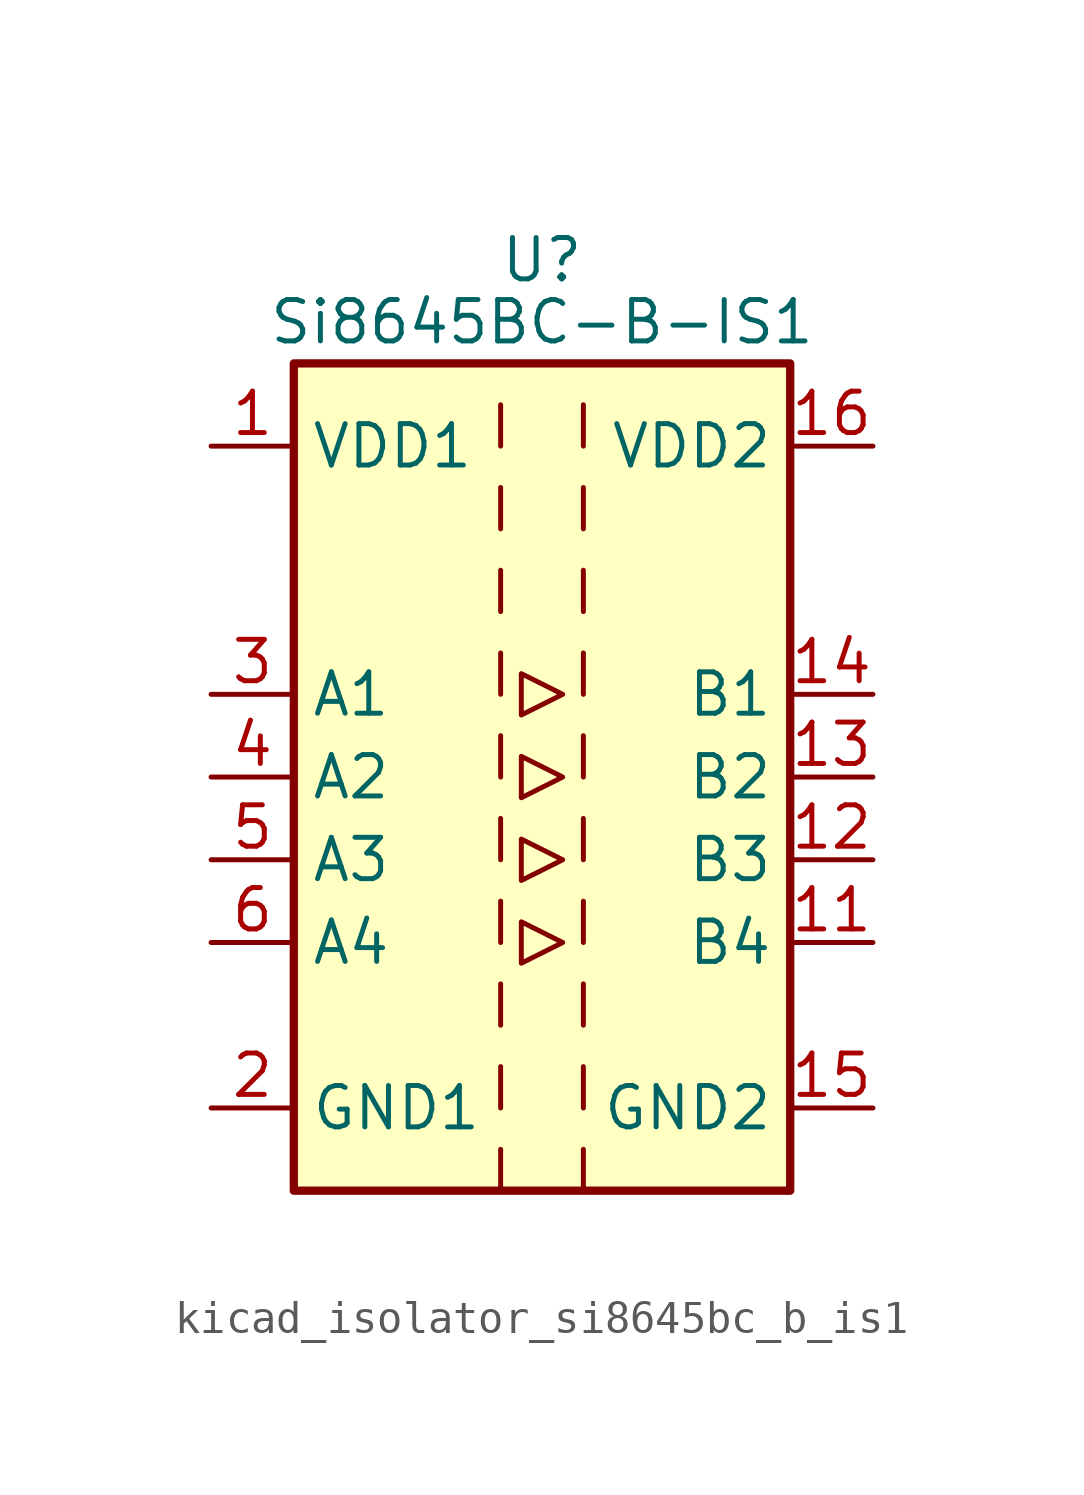
<source format=kicad_sym>
(kicad_symbol_lib
  (version 20220914)
  (generator kicad_symbol_editor)
  (symbol "kicad_isolator_si8645bc_b_is1"
    (property "Reference" "U"
      (at 0 15.875 0)
      (effects (font (size 1.27 1.27))))
    (property "Value" "Si8645BC-B-IS1"
      (at 0 13.97 0)
      (effects (font (size 1.27 1.27))))
    (symbol "kicad_isolator_si8645bc_b_is1_0_1"
      (rectangle (start -7.62 12.7) (end 7.62 -12.7) (stroke (width 0.254) (type default)) (fill (type background)))
      (polyline (pts (xy -1.27 -11.43) (xy -1.27 -12.7)) (stroke (width 0) (type default)) (fill (type none)))
      (polyline (pts (xy -1.27 -8.89) (xy -1.27 -10.16)) (stroke (width 0) (type default)) (fill (type none)))
      (polyline (pts (xy -1.27 -6.35) (xy -1.27 -7.62)) (stroke (width 0) (type default)) (fill (type none)))
      (polyline (pts (xy -1.27 -3.81) (xy -1.27 -5.08)) (stroke (width 0) (type default)) (fill (type none)))
      (polyline (pts (xy -1.27 -1.27) (xy -1.27 -2.54)) (stroke (width 0) (type default)) (fill (type none)))
      (polyline (pts (xy -1.27 1.27) (xy -1.27 0)) (stroke (width 0) (type default)) (fill (type none)))
      (polyline (pts (xy -1.27 3.81) (xy -1.27 2.54)) (stroke (width 0) (type default)) (fill (type none)))
      (polyline (pts (xy -1.27 6.35) (xy -1.27 5.08)) (stroke (width 0) (type default)) (fill (type none)))
      (polyline (pts (xy -1.27 8.89) (xy -1.27 7.62)) (stroke (width 0) (type default)) (fill (type none)))
      (polyline (pts (xy -1.27 11.43) (xy -1.27 10.16)) (stroke (width 0) (type default)) (fill (type none)))
      (polyline (pts (xy 1.27 -11.43) (xy 1.27 -12.7)) (stroke (width 0) (type default)) (fill (type none)))
      (polyline (pts (xy 1.27 -8.89) (xy 1.27 -10.16)) (stroke (width 0) (type default)) (fill (type none)))
      (polyline (pts (xy 1.27 -6.35) (xy 1.27 -7.62)) (stroke (width 0) (type default)) (fill (type none)))
      (polyline (pts (xy 1.27 -3.81) (xy 1.27 -5.08)) (stroke (width 0) (type default)) (fill (type none)))
      (polyline (pts (xy 1.27 -1.27) (xy 1.27 -2.54)) (stroke (width 0) (type default)) (fill (type none)))
      (polyline (pts (xy 1.27 1.27) (xy 1.27 0)) (stroke (width 0) (type default)) (fill (type none)))
      (polyline (pts (xy 1.27 3.81) (xy 1.27 2.54)) (stroke (width 0) (type default)) (fill (type none)))
      (polyline (pts (xy 1.27 6.35) (xy 1.27 5.08)) (stroke (width 0) (type default)) (fill (type none)))
      (polyline (pts (xy 1.27 8.89) (xy 1.27 7.62)) (stroke (width 0) (type default)) (fill (type none)))
      (polyline (pts (xy 1.27 11.43) (xy 1.27 10.16)) (stroke (width 0) (type default)) (fill (type none)))
      (polyline (pts (xy -0.635 0.635) (xy -0.635 -0.635) (xy 0.635 0) (xy -0.635 0.635)) (stroke (width 0) (type default)) (fill (type none)))
      (polyline (pts (xy -0.635 3.175) (xy -0.635 1.905) (xy 0.635 2.54) (xy -0.635 3.175)) (stroke (width 0) (type default)) (fill (type none)))
      (polyline (pts (xy 0.635 -5.08) (xy -0.635 -4.445) (xy -0.635 -5.715) (xy 0.635 -5.08)) (stroke (width 0) (type default)) (fill (type none)))
      (polyline (pts (xy 0.635 -2.54) (xy -0.635 -1.905) (xy -0.635 -3.175) (xy 0.635 -2.54)) (stroke (width 0) (type default)) (fill (type none))))
    (symbol "kicad_isolator_si8645bc_b_is1_1_1"
      (pin power_in line (at -10.16 10.16 0) (length 2.54) (name "VDD1" (effects (font (size 1.27 1.27)))) (number "1" (effects (font (size 1.27 1.27)))))
      (pin no_connect line (at 7.62 7.62 180) (length 2.54) hide (name "NC" (effects (font (size 1.27 1.27)))) (number "10" (effects (font (size 1.27 1.27)))))
      (pin output line (at 10.16 -5.08 180) (length 2.54) (name "B4" (effects (font (size 1.27 1.27)))) (number "11" (effects (font (size 1.27 1.27)))))
      (pin output line (at 10.16 -2.54 180) (length 2.54) (name "B3" (effects (font (size 1.27 1.27)))) (number "12" (effects (font (size 1.27 1.27)))))
      (pin output line (at 10.16 0 180) (length 2.54) (name "B2" (effects (font (size 1.27 1.27)))) (number "13" (effects (font (size 1.27 1.27)))))
      (pin output line (at 10.16 2.54 180) (length 2.54) (name "B1" (effects (font (size 1.27 1.27)))) (number "14" (effects (font (size 1.27 1.27)))))
      (pin power_in line (at 10.16 -10.16 180) (length 2.54) (name "GND2" (effects (font (size 1.27 1.27)))) (number "15" (effects (font (size 1.27 1.27)))))
      (pin power_in line (at 10.16 10.16 180) (length 2.54) (name "VDD2" (effects (font (size 1.27 1.27)))) (number "16" (effects (font (size 1.27 1.27)))))
      (pin power_in line (at -10.16 -10.16 0) (length 2.54) (name "GND1" (effects (font (size 1.27 1.27)))) (number "2" (effects (font (size 1.27 1.27)))))
      (pin input line (at -10.16 2.54 0) (length 2.54) (name "A1" (effects (font (size 1.27 1.27)))) (number "3" (effects (font (size 1.27 1.27)))))
      (pin input line (at -10.16 0 0) (length 2.54) (name "A2" (effects (font (size 1.27 1.27)))) (number "4" (effects (font (size 1.27 1.27)))))
      (pin input line (at -10.16 -2.54 0) (length 2.54) (name "A3" (effects (font (size 1.27 1.27)))) (number "5" (effects (font (size 1.27 1.27)))))
      (pin input line (at -10.16 -5.08 0) (length 2.54) (name "A4" (effects (font (size 1.27 1.27)))) (number "6" (effects (font (size 1.27 1.27)))))
      (pin no_connect line (at -7.62 7.62 0) (length 2.54) hide (name "NC" (effects (font (size 1.27 1.27)))) (number "7" (effects (font (size 1.27 1.27)))))
      (pin passive line (at -10.16 -10.16 0) (length 2.54) hide (name "GND1" (effects (font (size 1.27 1.27)))) (number "8" (effects (font (size 1.27 1.27)))))
      (pin passive line (at 10.16 -10.16 180) (length 2.54) hide (name "GND2" (effects (font (size 1.27 1.27)))) (number "9" (effects (font (size 1.27 1.27))))))))
</source>
